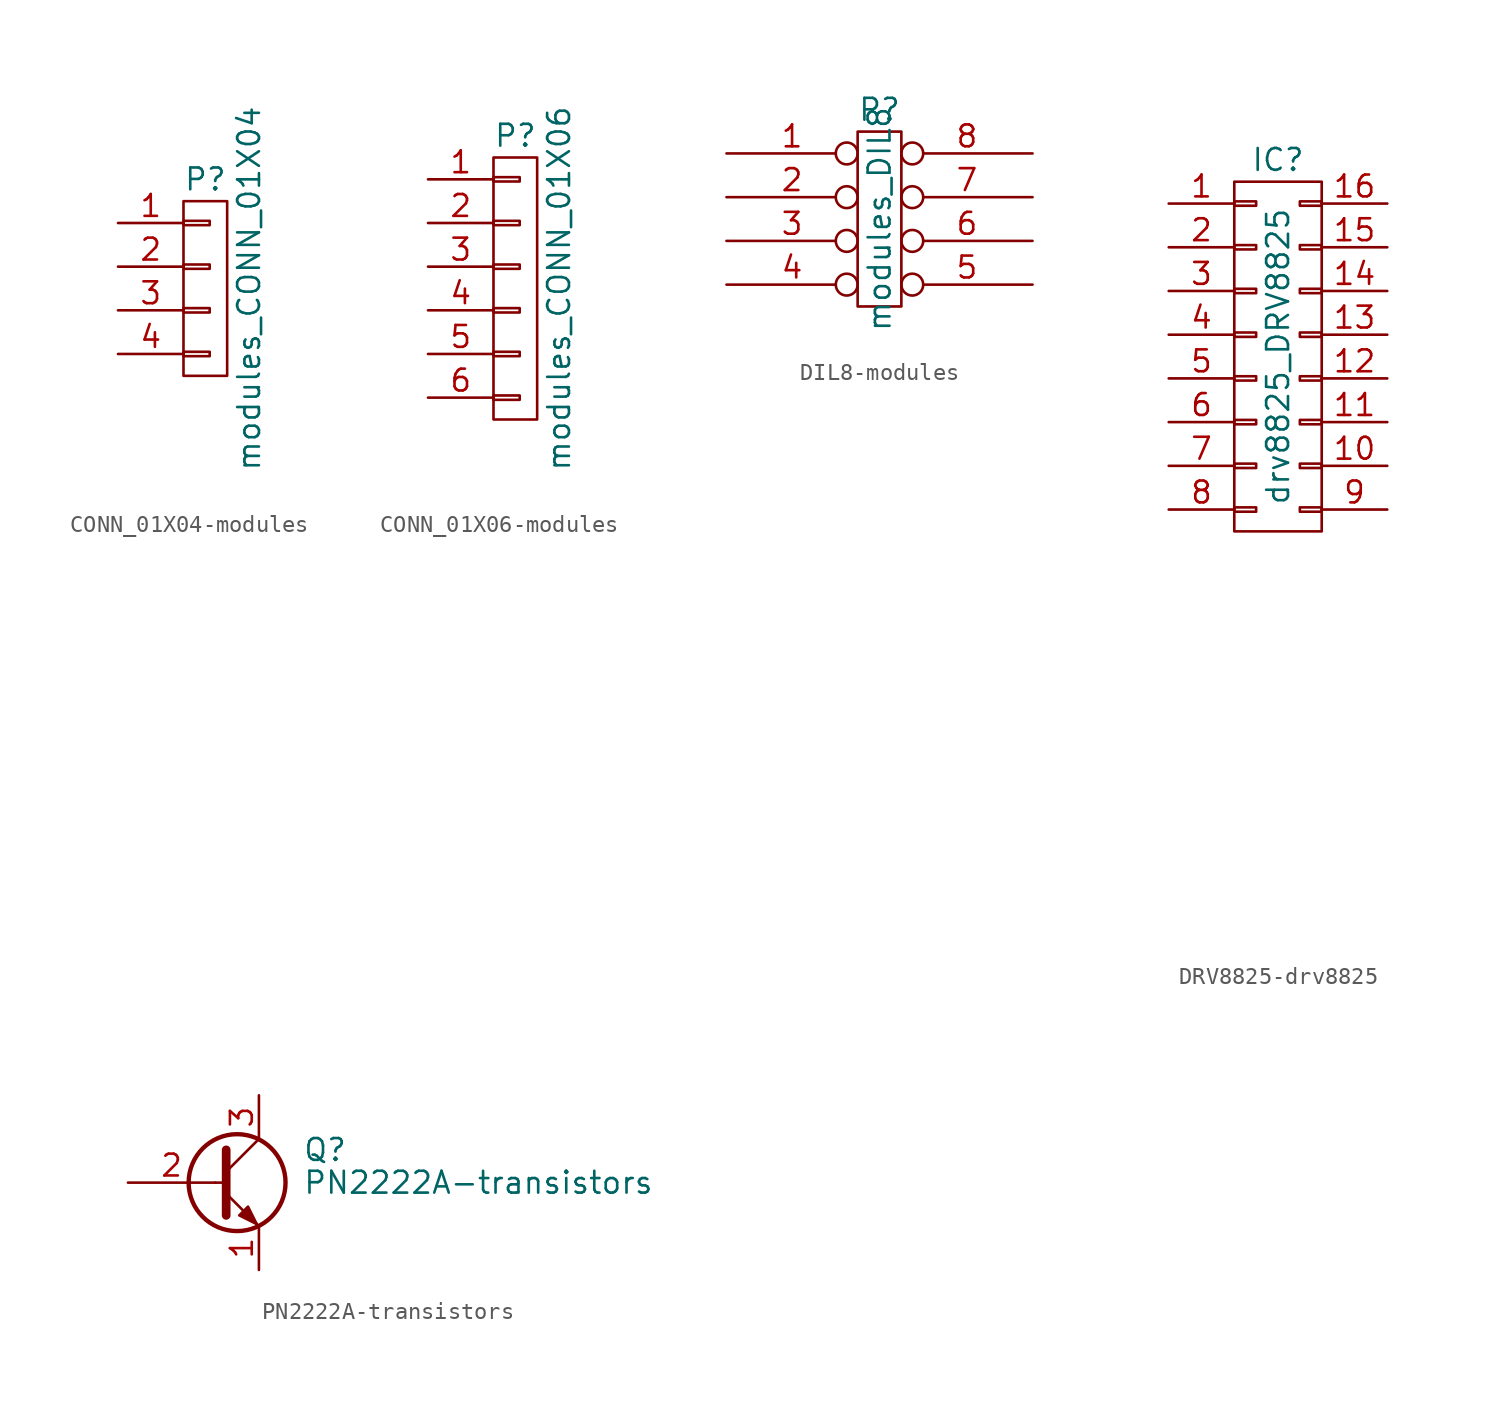
<source format=kicad_sym>
(kicad_symbol_lib
  (version 20231120)
  (generator "kicad_symbol_editor")
  (generator_version "8.0")
  (symbol "CONN_01X04-modules"
    (pin_names
      (offset 1.016) hide)
    (property "Reference" "P"
      (at 0 6.35 0)
      (effects (font (size 1.27 1.27))))
    (property "Value" "modules_CONN_01X04"
      (at 2.54 0 90)
      (effects (font (size 1.27 1.27))))
    (property "Footprint" ""
      (at 0 0 0)
      (effects (font (size 1.27 1.27))))
    (property "Datasheet" ""
      (at 0 0 0)
      (effects (font (size 1.27 1.27))))
    (symbol "CONN_01X04-modules_0_1"
      (rectangle (start -1.27 -3.683) (end 0.254 -3.937) (stroke (width 0) (type solid)) (fill (type none)))
      (rectangle (start -1.27 -1.143) (end 0.254 -1.397) (stroke (width 0) (type solid)) (fill (type none)))
      (rectangle (start -1.27 1.397) (end 0.254 1.143) (stroke (width 0) (type solid)) (fill (type none)))
      (rectangle (start -1.27 3.937) (end 0.254 3.683) (stroke (width 0) (type solid)) (fill (type none)))
      (rectangle (start -1.27 5.08) (end 1.27 -5.08) (stroke (width 0) (type solid)) (fill (type none))))
    (symbol "CONN_01X04-modules_1_1"
      (pin passive line (at -5.08 3.81 0) (length 3.81) (name "P1" (effects (font (size 1.27 1.27)))) (number "1" (effects (font (size 1.27 1.27)))))
      (pin passive line (at -5.08 1.27 0) (length 3.81) (name "P2" (effects (font (size 1.27 1.27)))) (number "2" (effects (font (size 1.27 1.27)))))
      (pin passive line (at -5.08 -1.27 0) (length 3.81) (name "P3" (effects (font (size 1.27 1.27)))) (number "3" (effects (font (size 1.27 1.27)))))
      (pin passive line (at -5.08 -3.81 0) (length 3.81) (name "P4" (effects (font (size 1.27 1.27)))) (number "4" (effects (font (size 1.27 1.27)))))))
  (symbol "CONN_01X06-modules"
    (pin_names
      (offset 1.016) hide)
    (property "Reference" "P"
      (at 0 8.89 0)
      (effects (font (size 1.27 1.27))))
    (property "Value" "modules_CONN_01X06"
      (at 2.54 0 90)
      (effects (font (size 1.27 1.27))))
    (property "Footprint" ""
      (at 0 0 0)
      (effects (font (size 1.27 1.27))))
    (property "Datasheet" ""
      (at 0 0 0)
      (effects (font (size 1.27 1.27))))
    (symbol "CONN_01X06-modules_0_1"
      (rectangle (start -1.27 -6.223) (end 0.254 -6.477) (stroke (width 0) (type solid)) (fill (type none)))
      (rectangle (start -1.27 -3.683) (end 0.254 -3.937) (stroke (width 0) (type solid)) (fill (type none)))
      (rectangle (start -1.27 -1.143) (end 0.254 -1.397) (stroke (width 0) (type solid)) (fill (type none)))
      (rectangle (start -1.27 1.397) (end 0.254 1.143) (stroke (width 0) (type solid)) (fill (type none)))
      (rectangle (start -1.27 3.937) (end 0.254 3.683) (stroke (width 0) (type solid)) (fill (type none)))
      (rectangle (start -1.27 6.477) (end 0.254 6.223) (stroke (width 0) (type solid)) (fill (type none)))
      (rectangle (start -1.27 7.62) (end 1.27 -7.62) (stroke (width 0) (type solid)) (fill (type none))))
    (symbol "CONN_01X06-modules_1_1"
      (pin passive line (at -5.08 6.35 0) (length 3.81) (name "P1" (effects (font (size 1.27 1.27)))) (number "1" (effects (font (size 1.27 1.27)))))
      (pin passive line (at -5.08 3.81 0) (length 3.81) (name "P2" (effects (font (size 1.27 1.27)))) (number "2" (effects (font (size 1.27 1.27)))))
      (pin passive line (at -5.08 1.27 0) (length 3.81) (name "P3" (effects (font (size 1.27 1.27)))) (number "3" (effects (font (size 1.27 1.27)))))
      (pin passive line (at -5.08 -1.27 0) (length 3.81) (name "P4" (effects (font (size 1.27 1.27)))) (number "4" (effects (font (size 1.27 1.27)))))
      (pin passive line (at -5.08 -3.81 0) (length 3.81) (name "P5" (effects (font (size 1.27 1.27)))) (number "5" (effects (font (size 1.27 1.27)))))
      (pin passive line (at -5.08 -6.35 0) (length 3.81) (name "P6" (effects (font (size 1.27 1.27)))) (number "6" (effects (font (size 1.27 1.27)))))))
  (symbol "DIL8-modules"
    (pin_names
      (offset 1.016) hide)
    (property "Reference" "P"
      (at 0 6.35 0)
      (effects (font (size 1.27 1.27))))
    (property "Value" "modules_DIL8"
      (at 0 0 90)
      (effects (font (size 1.27 1.27))))
    (property "Footprint" ""
      (at 0 0 0)
      (effects (font (size 1.27 1.27))))
    (property "Datasheet" ""
      (at 0 0 0)
      (effects (font (size 1.27 1.27))))
    (symbol "DIL8-modules_0_1"
      (rectangle (start -1.27 5.08) (end 1.27 -5.08) (stroke (width 0) (type solid)) (fill (type none))))
    (symbol "DIL8-modules_1_1"
      (pin passive inverted (at -8.89 3.81 0) (length 7.62) (name "P1" (effects (font (size 1.27 1.27)))) (number "1" (effects (font (size 1.27 1.27)))))
      (pin passive inverted (at -8.89 1.27 0) (length 7.62) (name "P2" (effects (font (size 1.27 1.27)))) (number "2" (effects (font (size 1.27 1.27)))))
      (pin passive inverted (at -8.89 -1.27 0) (length 7.62) (name "P3" (effects (font (size 1.27 1.27)))) (number "3" (effects (font (size 1.27 1.27)))))
      (pin passive inverted (at -8.89 -3.81 0) (length 7.62) (name "P4" (effects (font (size 1.27 1.27)))) (number "4" (effects (font (size 1.27 1.27)))))
      (pin passive inverted (at 8.89 -3.81 180) (length 7.62) (name "P5" (effects (font (size 1.27 1.27)))) (number "5" (effects (font (size 1.27 1.27)))))
      (pin passive inverted (at 8.89 -1.27 180) (length 7.62) (name "P6" (effects (font (size 1.27 1.27)))) (number "6" (effects (font (size 1.27 1.27)))))
      (pin passive inverted (at 8.89 1.27 180) (length 7.62) (name "P7" (effects (font (size 1.27 1.27)))) (number "7" (effects (font (size 1.27 1.27)))))
      (pin passive inverted (at 8.89 3.81 180) (length 7.62) (name "P8" (effects (font (size 1.27 1.27)))) (number "8" (effects (font (size 1.27 1.27)))))))
  (symbol "DRV8825-drv8825"
    (pin_names
      (offset 0.025) hide)
    (property "Reference" "IC"
      (at 0 11.43 0)
      (effects (font (size 1.27 1.27))))
    (property "Value" "drv8825_DRV8825"
      (at 0 0 90)
      (effects (font (size 1.27 1.27))))
    (property "Footprint" ""
      (at 0 -30.48 0)
      (effects (font (size 1.27 1.27))))
    (property "Datasheet" ""
      (at 0 -30.48 0)
      (effects (font (size 1.27 1.27))))
    (symbol "DRV8825-drv8825_0_1"
      (rectangle (start -2.54 -8.763) (end -1.27 -9.017) (stroke (width 0) (type solid)) (fill (type none)))
      (rectangle (start -2.54 -6.223) (end -1.27 -6.477) (stroke (width 0) (type solid)) (fill (type none)))
      (rectangle (start -2.54 -3.683) (end -1.27 -3.937) (stroke (width 0) (type solid)) (fill (type none)))
      (rectangle (start -2.54 -1.143) (end -1.27 -1.397) (stroke (width 0) (type solid)) (fill (type none)))
      (rectangle (start -2.54 1.397) (end -1.27 1.143) (stroke (width 0) (type solid)) (fill (type none)))
      (rectangle (start -2.54 3.937) (end -1.27 3.683) (stroke (width 0) (type solid)) (fill (type none)))
      (rectangle (start -2.54 6.477) (end -1.27 6.223) (stroke (width 0) (type solid)) (fill (type none)))
      (rectangle (start -2.54 9.017) (end -1.27 8.763) (stroke (width 0) (type solid)) (fill (type none)))
      (rectangle (start -2.54 10.16) (end 2.54 -10.16) (stroke (width 0) (type solid)) (fill (type none)))
      (rectangle (start 1.27 -8.763) (end 2.54 -9.017) (stroke (width 0) (type solid)) (fill (type none)))
      (rectangle (start 1.27 -6.223) (end 2.54 -6.477) (stroke (width 0) (type solid)) (fill (type none)))
      (rectangle (start 1.27 -3.683) (end 2.54 -3.937) (stroke (width 0) (type solid)) (fill (type none)))
      (rectangle (start 1.27 -1.143) (end 2.54 -1.397) (stroke (width 0) (type solid)) (fill (type none)))
      (rectangle (start 1.27 1.397) (end 2.54 1.143) (stroke (width 0) (type solid)) (fill (type none)))
      (rectangle (start 1.27 3.937) (end 2.54 3.683) (stroke (width 0) (type solid)) (fill (type none)))
      (rectangle (start 1.27 6.477) (end 2.54 6.223) (stroke (width 0) (type solid)) (fill (type none)))
      (rectangle (start 1.27 9.017) (end 2.54 8.763) (stroke (width 0) (type solid)) (fill (type none))))
    (symbol "DRV8825-drv8825_1_1"
      (pin passive line (at -6.35 8.89 0) (length 3.81) (name "P1" (effects (font (size 1.27 1.27)))) (number "1" (effects (font (size 1.27 1.27)))))
      (pin passive line (at 6.35 -6.35 180) (length 3.81) (name "P10" (effects (font (size 1.27 1.27)))) (number "10" (effects (font (size 1.27 1.27)))))
      (pin passive line (at 6.35 -3.81 180) (length 3.81) (name "P11" (effects (font (size 1.27 1.27)))) (number "11" (effects (font (size 1.27 1.27)))))
      (pin passive line (at 6.35 -1.27 180) (length 3.81) (name "P12" (effects (font (size 1.27 1.27)))) (number "12" (effects (font (size 1.27 1.27)))))
      (pin passive line (at 6.35 1.27 180) (length 3.81) (name "P13" (effects (font (size 1.27 1.27)))) (number "13" (effects (font (size 1.27 1.27)))))
      (pin passive line (at 6.35 3.81 180) (length 3.81) (name "P14" (effects (font (size 1.27 1.27)))) (number "14" (effects (font (size 1.27 1.27)))))
      (pin passive line (at 6.35 6.35 180) (length 3.81) (name "P15" (effects (font (size 1.27 1.27)))) (number "15" (effects (font (size 1.27 1.27)))))
      (pin passive line (at 6.35 8.89 180) (length 3.81) (name "P16" (effects (font (size 1.27 1.27)))) (number "16" (effects (font (size 1.27 1.27)))))
      (pin passive line (at -6.35 6.35 0) (length 3.81) (name "P2" (effects (font (size 1.27 1.27)))) (number "2" (effects (font (size 1.27 1.27)))))
      (pin passive line (at -6.35 3.81 0) (length 3.81) (name "P3" (effects (font (size 1.27 1.27)))) (number "3" (effects (font (size 1.27 1.27)))))
      (pin passive line (at -6.35 1.27 0) (length 3.81) (name "P4" (effects (font (size 1.27 1.27)))) (number "4" (effects (font (size 1.27 1.27)))))
      (pin passive line (at -6.35 -1.27 0) (length 3.81) (name "P5" (effects (font (size 1.27 1.27)))) (number "5" (effects (font (size 1.27 1.27)))))
      (pin passive line (at -6.35 -3.81 0) (length 3.81) (name "P6" (effects (font (size 1.27 1.27)))) (number "6" (effects (font (size 1.27 1.27)))))
      (pin passive line (at -6.35 -6.35 0) (length 3.81) (name "P7" (effects (font (size 1.27 1.27)))) (number "7" (effects (font (size 1.27 1.27)))))
      (pin passive line (at -6.35 -8.89 0) (length 3.81) (name "P8" (effects (font (size 1.27 1.27)))) (number "8" (effects (font (size 1.27 1.27)))))
      (pin passive line (at 6.35 -8.89 180) (length 3.81) (name "P9" (effects (font (size 1.27 1.27)))) (number "9" (effects (font (size 1.27 1.27)))))))
  (symbol "PN2222A-transistors"
    (pin_names
      (offset 0) hide)
    (property "Reference" "Q"
      (at 5.08 1.905 0)
      (effects (font (size 1.27 1.27)) (justify left)))
    (property "Value" "PN2222A-transistors"
      (at 5.08 0 0)
      (effects (font (size 1.27 1.27)) (justify left)))
    (symbol "PN2222A-transistors_0_1"
      (polyline (pts (xy 0 0) (xy 0.635 0)) (stroke (width 0) (type solid)) (fill (type none)))
      (polyline (pts (xy 2.54 -2.54) (xy 0.635 -0.635)) (stroke (width 0) (type solid)) (fill (type none)))
      (polyline (pts (xy 2.54 2.54) (xy 0.635 0.635)) (stroke (width 0) (type solid)) (fill (type none)))
      (polyline (pts (xy 0.635 1.905) (xy 0.635 -1.905) (xy 0.635 -1.905)) (stroke (width 0.508) (type solid)) (fill (type none)))
      (polyline (pts (xy 2.413 -2.413) (xy 1.905 -1.905) (xy 1.905 -1.905)) (stroke (width 0) (type solid)) (fill (type none)))
      (polyline (pts (xy 1.397 -1.905) (xy 1.905 -1.397) (xy 2.413 -2.413) (xy 1.397 -1.905) (xy 1.397 -1.905)) (stroke (width 0) (type solid)) (fill (type outline)))
      (circle (center 1.27 0) (radius 2.819) (stroke (width 0.254) (type solid)) (fill (type none))))
    (symbol "PN2222A-transistors_1_1"
      (pin passive line (at 2.54 -5.08 90) (length 2.54) (name "E" (effects (font (size 1.27 1.27)))) (number "1" (effects (font (size 1.27 1.27)))))
      (pin input line (at -5.08 0 0) (length 5.08) (name "B" (effects (font (size 1.27 1.27)))) (number "2" (effects (font (size 1.27 1.27)))))
      (pin passive line (at 2.54 5.08 270) (length 2.54) (name "C" (effects (font (size 1.27 1.27)))) (number "3" (effects (font (size 1.27 1.27))))))))
</source>
